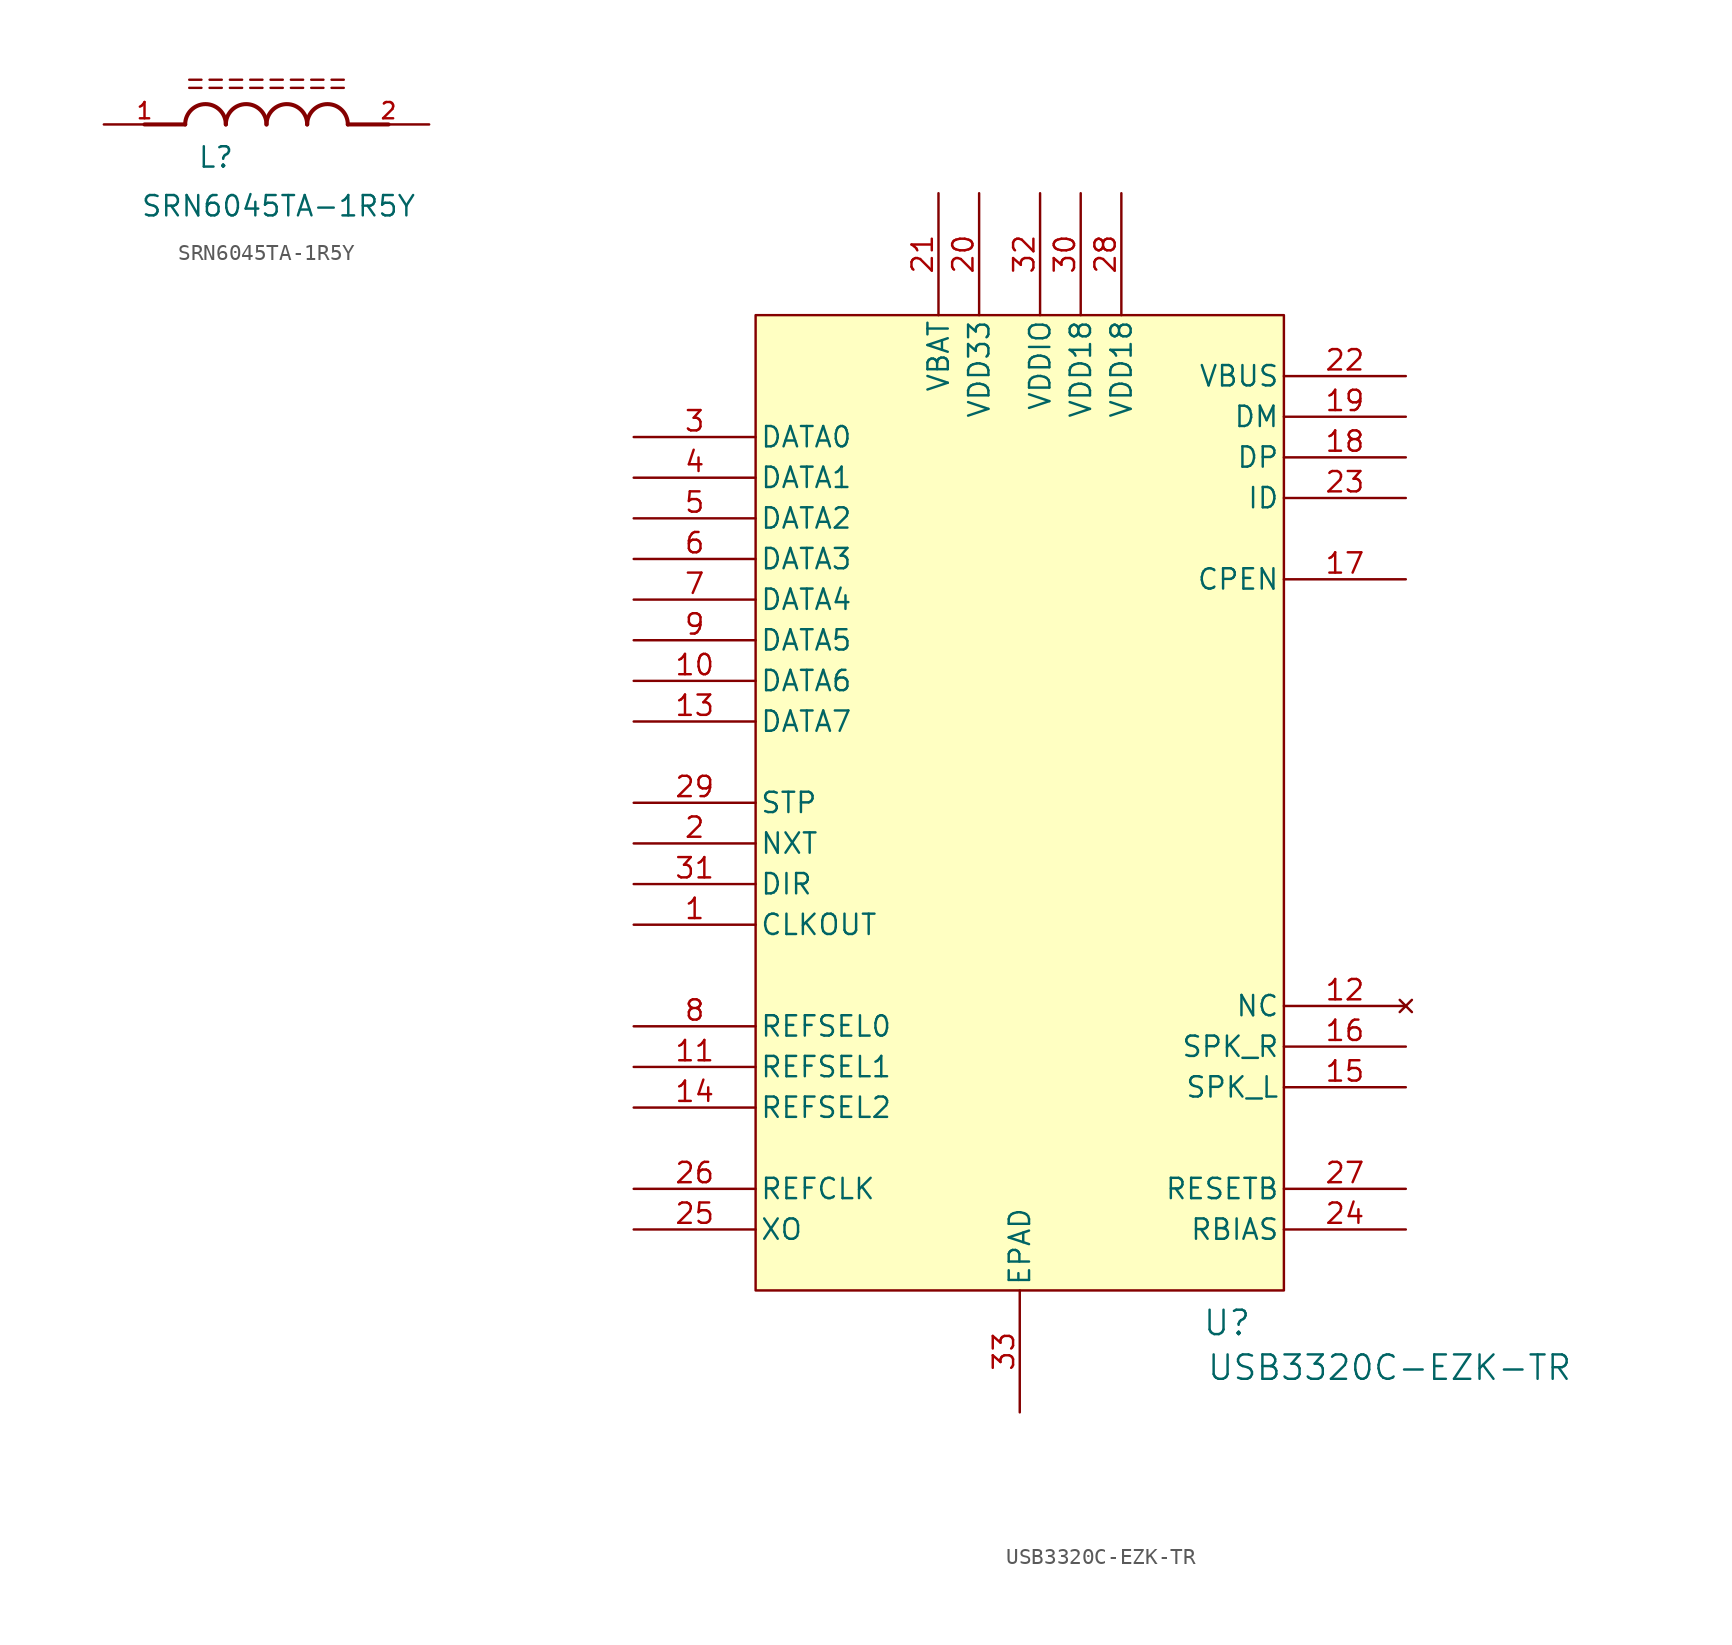
<source format=kicad_sym>
(kicad_symbol_lib
  (version 20241209)
  (generator "kicad_symbol_editor")
  (generator_version "9.0")
  (symbol "SRN6045TA-1R5Y"
    (pin_names
      (offset 1.016))
    (property "Reference" "L"
      (at -4.318 -2.794 0)
      (effects (font (size 1.27 1.27)) (justify left bottom)))
    (property "Value" "SRN6045TA-1R5Y"
      (at -7.874 -5.842 0)
      (effects (font (size 1.27 1.27)) (justify left bottom)))
    (symbol "SRN6045TA-1R5Y_0_0"
      (polyline (pts (xy -5.08 0) (xy -7.62 0)) (stroke (width 0.254) (type default)) (fill (type none)))
      (polyline (pts (xy -4.826 2.794) (xy -4.064 2.794)) (stroke (width 0.152) (type default)) (fill (type none)))
      (polyline (pts (xy -4.826 2.286) (xy -4.064 2.286)) (stroke (width 0.152) (type default)) (fill (type none)))
      (arc (start -5.08 0) (mid -3.81 1.2645) (end -2.54 0) (stroke (width 0.254) (type default)) (fill (type none)))
      (polyline (pts (xy -3.556 2.794) (xy -2.794 2.794)) (stroke (width 0.152) (type default)) (fill (type none)))
      (polyline (pts (xy -3.556 2.286) (xy -2.794 2.286)) (stroke (width 0.152) (type default)) (fill (type none)))
      (polyline (pts (xy -2.286 2.794) (xy -1.524 2.794)) (stroke (width 0.152) (type default)) (fill (type none)))
      (polyline (pts (xy -2.286 2.286) (xy -1.524 2.286)) (stroke (width 0.152) (type default)) (fill (type none)))
      (arc (start -2.54 0) (mid -1.27 1.2645) (end 0 0) (stroke (width 0.254) (type default)) (fill (type none)))
      (polyline (pts (xy -1.016 2.794) (xy -0.254 2.794)) (stroke (width 0.152) (type default)) (fill (type none)))
      (polyline (pts (xy -1.016 2.286) (xy -0.254 2.286)) (stroke (width 0.152) (type default)) (fill (type none)))
      (polyline (pts (xy 0.254 2.794) (xy 1.016 2.794)) (stroke (width 0.152) (type default)) (fill (type none)))
      (polyline (pts (xy 0.254 2.286) (xy 1.016 2.286)) (stroke (width 0.152) (type default)) (fill (type none)))
      (arc (start 0 0) (mid 1.27 1.2645) (end 2.54 0) (stroke (width 0.254) (type default)) (fill (type none)))
      (polyline (pts (xy 1.524 2.794) (xy 2.286 2.794)) (stroke (width 0.152) (type default)) (fill (type none)))
      (polyline (pts (xy 1.524 2.286) (xy 2.286 2.286)) (stroke (width 0.152) (type default)) (fill (type none)))
      (polyline (pts (xy 2.794 2.794) (xy 3.556 2.794)) (stroke (width 0.152) (type default)) (fill (type none)))
      (polyline (pts (xy 2.794 2.286) (xy 3.556 2.286)) (stroke (width 0.152) (type default)) (fill (type none)))
      (arc (start 2.54 0) (mid 3.81 1.2645) (end 5.08 0) (stroke (width 0.254) (type default)) (fill (type none)))
      (polyline (pts (xy 4.064 2.794) (xy 4.826 2.794)) (stroke (width 0.152) (type default)) (fill (type none)))
      (polyline (pts (xy 4.064 2.286) (xy 4.826 2.286)) (stroke (width 0.152) (type default)) (fill (type none)))
      (polyline (pts (xy 5.08 0) (xy 7.62 0)) (stroke (width 0.254) (type default)) (fill (type none)))
      (pin passive line (at -10.16 0 0) (length 5.08) (name "~" (effects (font (size 1.016 1.016)))) (number "1" (effects (font (size 1.016 1.016)))))
      (pin passive line (at 10.16 0 180) (length 5.08) (name "~" (effects (font (size 1.016 1.016)))) (number "2" (effects (font (size 1.016 1.016)))))))
  (symbol "USB3320C-EZK-TR"
    (pin_names
      (offset 0.254))
    (property "Reference" "U"
      (at 37.084 -59.182 0)
      (effects (font (size 1.524 1.524))))
    (property "Value" "USB3320C-EZK-TR"
      (at 47.244 -61.976 0)
      (effects (font (size 1.524 1.524))))
    (property "ki_locked" ""
      (at 0 0 0)
      (effects (font (size 1.27 1.27))))
    (symbol "USB3320C-EZK-TR_0_1"
      (pin bidirectional line (at 0 -3.81 0) (length 7.62) (name "DATA0" (effects (font (size 1.27 1.27)))) (number "3" (effects (font (size 1.27 1.27)))))
      (pin bidirectional line (at 0 -6.35 0) (length 7.62) (name "DATA1" (effects (font (size 1.27 1.27)))) (number "4" (effects (font (size 1.27 1.27)))))
      (pin bidirectional line (at 0 -8.89 0) (length 7.62) (name "DATA2" (effects (font (size 1.27 1.27)))) (number "5" (effects (font (size 1.27 1.27)))))
      (pin bidirectional line (at 0 -11.43 0) (length 7.62) (name "DATA3" (effects (font (size 1.27 1.27)))) (number "6" (effects (font (size 1.27 1.27)))))
      (pin bidirectional line (at 0 -13.97 0) (length 7.62) (name "DATA4" (effects (font (size 1.27 1.27)))) (number "7" (effects (font (size 1.27 1.27)))))
      (pin bidirectional line (at 0 -16.51 0) (length 7.62) (name "DATA5" (effects (font (size 1.27 1.27)))) (number "9" (effects (font (size 1.27 1.27)))))
      (pin bidirectional line (at 0 -19.05 0) (length 7.62) (name "DATA6" (effects (font (size 1.27 1.27)))) (number "10" (effects (font (size 1.27 1.27)))))
      (pin bidirectional line (at 0 -21.59 0) (length 7.62) (name "DATA7" (effects (font (size 1.27 1.27)))) (number "13" (effects (font (size 1.27 1.27)))))
      (pin input line (at 0 -26.67 0) (length 7.62) (name "STP" (effects (font (size 1.27 1.27)))) (number "29" (effects (font (size 1.27 1.27)))))
      (pin output line (at 0 -29.21 0) (length 7.62) (name "NXT" (effects (font (size 1.27 1.27)))) (number "2" (effects (font (size 1.27 1.27)))))
      (pin output line (at 0 -31.75 0) (length 7.62) (name "DIR" (effects (font (size 1.27 1.27)))) (number "31" (effects (font (size 1.27 1.27)))))
      (pin output line (at 0 -34.29 0) (length 7.62) (name "CLKOUT" (effects (font (size 1.27 1.27)))) (number "1" (effects (font (size 1.27 1.27)))))
      (pin input line (at 0 -40.64 0) (length 7.62) (name "REFSEL0" (effects (font (size 1.27 1.27)))) (number "8" (effects (font (size 1.27 1.27)))))
      (pin input line (at 0 -43.18 0) (length 7.62) (name "REFSEL1" (effects (font (size 1.27 1.27)))) (number "11" (effects (font (size 1.27 1.27)))))
      (pin input line (at 0 -45.72 0) (length 7.62) (name "REFSEL2" (effects (font (size 1.27 1.27)))) (number "14" (effects (font (size 1.27 1.27)))))
      (pin input line (at 0 -50.8 0) (length 7.62) (name "REFCLK" (effects (font (size 1.27 1.27)))) (number "26" (effects (font (size 1.27 1.27)))))
      (pin output line (at 0 -53.34 0) (length 7.62) (name "XO" (effects (font (size 1.27 1.27)))) (number "25" (effects (font (size 1.27 1.27)))))
      (pin power_in line (at 19.05 11.43 270) (length 7.62) (name "VBAT" (effects (font (size 1.27 1.27)))) (number "21" (effects (font (size 1.27 1.27)))))
      (pin power_in line (at 21.59 11.43 270) (length 7.62) (name "VDD33" (effects (font (size 1.27 1.27)))) (number "20" (effects (font (size 1.27 1.27)))))
      (pin unspecified line (at 24.13 -64.77 90) (length 7.62) (name "EPAD" (effects (font (size 1.27 1.27)))) (number "33" (effects (font (size 1.27 1.27)))))
      (pin power_in line (at 25.4 11.43 270) (length 7.62) (name "VDDIO" (effects (font (size 1.27 1.27)))) (number "32" (effects (font (size 1.27 1.27)))))
      (pin power_in line (at 27.94 11.43 270) (length 7.62) (name "VDD18" (effects (font (size 1.27 1.27)))) (number "30" (effects (font (size 1.27 1.27)))))
      (pin power_in line (at 30.48 11.43 270) (length 7.62) (name "VDD18" (effects (font (size 1.27 1.27)))) (number "28" (effects (font (size 1.27 1.27)))))
      (pin bidirectional line (at 48.26 0 180) (length 7.62) (name "VBUS" (effects (font (size 1.27 1.27)))) (number "22" (effects (font (size 1.27 1.27)))))
      (pin bidirectional line (at 48.26 -2.54 180) (length 7.62) (name "DM" (effects (font (size 1.27 1.27)))) (number "19" (effects (font (size 1.27 1.27)))))
      (pin bidirectional line (at 48.26 -5.08 180) (length 7.62) (name "DP" (effects (font (size 1.27 1.27)))) (number "18" (effects (font (size 1.27 1.27)))))
      (pin input line (at 48.26 -7.62 180) (length 7.62) (name "ID" (effects (font (size 1.27 1.27)))) (number "23" (effects (font (size 1.27 1.27)))))
      (pin output line (at 48.26 -12.7 180) (length 7.62) (name "CPEN" (effects (font (size 1.27 1.27)))) (number "17" (effects (font (size 1.27 1.27)))))
      (pin no_connect line (at 48.26 -39.37 180) (length 7.62) (name "NC" (effects (font (size 1.27 1.27)))) (number "12" (effects (font (size 1.27 1.27)))))
      (pin bidirectional line (at 48.26 -41.91 180) (length 7.62) (name "SPK_R" (effects (font (size 1.27 1.27)))) (number "16" (effects (font (size 1.27 1.27)))))
      (pin bidirectional line (at 48.26 -44.45 180) (length 7.62) (name "SPK_L" (effects (font (size 1.27 1.27)))) (number "15" (effects (font (size 1.27 1.27)))))
      (pin input line (at 48.26 -50.8 180) (length 7.62) (name "RESETB" (effects (font (size 1.27 1.27)))) (number "27" (effects (font (size 1.27 1.27)))))
      (pin unspecified line (at 48.26 -53.34 180) (length 7.62) (name "RBIAS" (effects (font (size 1.27 1.27)))) (number "24" (effects (font (size 1.27 1.27))))))
    (symbol "USB3320C-EZK-TR_1_1"
      (rectangle (start 7.62 3.81) (end 40.64 -57.15) (stroke (width 0) (type default)) (fill (type background))))))
</source>
